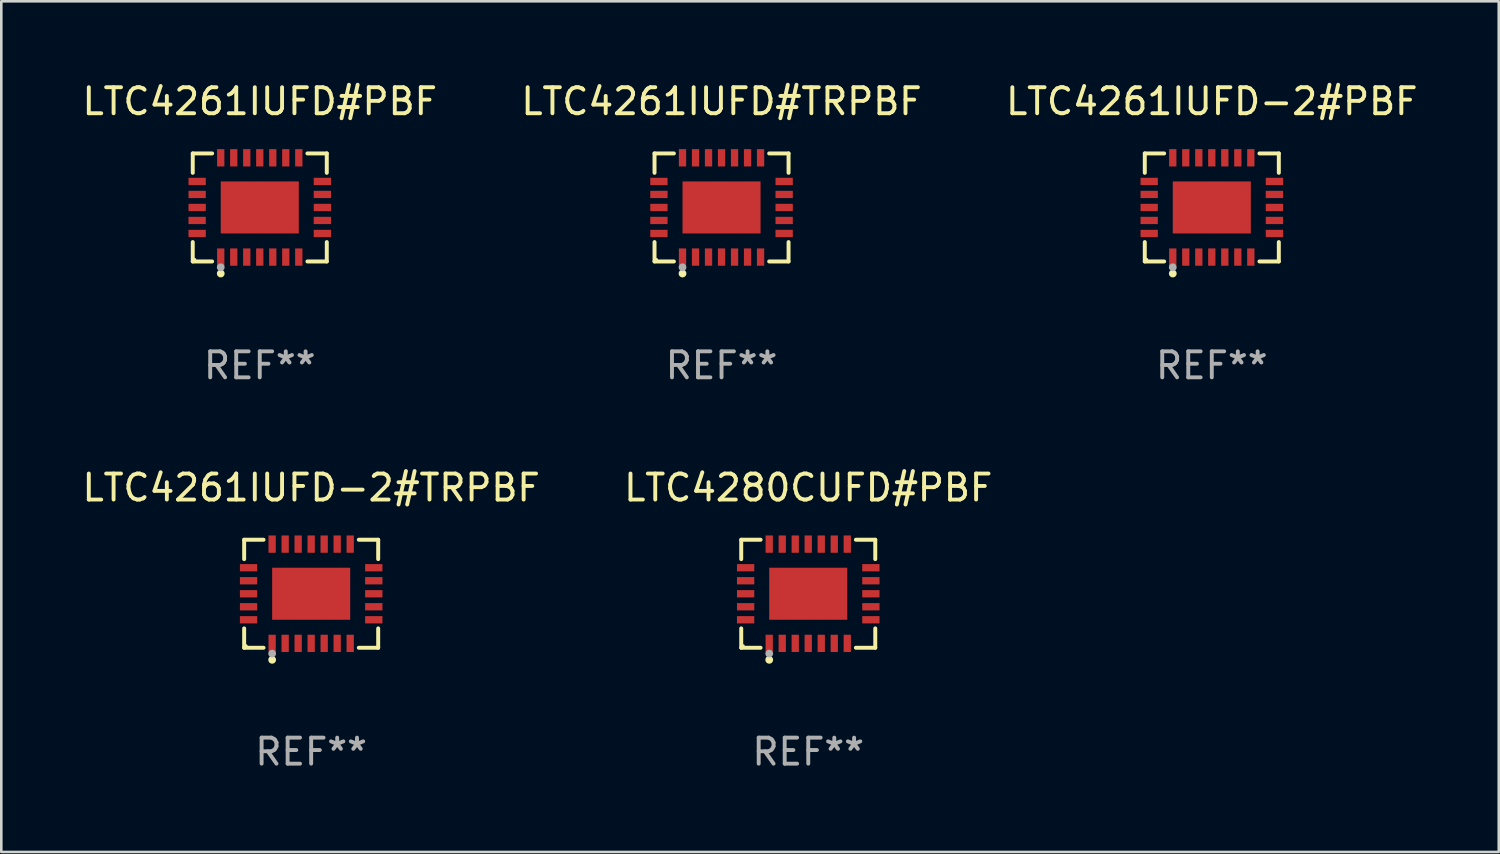
<source format=kicad_pcb>
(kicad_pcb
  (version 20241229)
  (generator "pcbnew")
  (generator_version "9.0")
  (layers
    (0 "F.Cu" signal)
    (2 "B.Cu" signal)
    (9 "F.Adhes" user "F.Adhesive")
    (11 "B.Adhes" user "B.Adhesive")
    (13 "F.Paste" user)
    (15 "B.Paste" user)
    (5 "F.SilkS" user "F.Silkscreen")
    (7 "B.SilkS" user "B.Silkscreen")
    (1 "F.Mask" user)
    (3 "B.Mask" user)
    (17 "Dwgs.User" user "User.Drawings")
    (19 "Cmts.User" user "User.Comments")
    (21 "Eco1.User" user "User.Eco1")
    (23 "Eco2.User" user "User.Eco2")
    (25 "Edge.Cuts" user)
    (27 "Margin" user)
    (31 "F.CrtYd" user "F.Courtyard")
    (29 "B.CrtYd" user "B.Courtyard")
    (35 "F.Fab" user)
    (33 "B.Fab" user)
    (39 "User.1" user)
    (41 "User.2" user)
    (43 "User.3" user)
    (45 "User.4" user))
  (footprint "LTC4261IUFD#TRPBF"
    (layer "F.Cu")
    (at 24.685 4.924)
    (property "Reference" "LTC4261IUFD#TRPBF" (at 0 -4.076 0) (layer "F.SilkS") (effects (font (size 1 1) (thickness 0.15))))
    (attr through_hole)
    (fp_line (start -2.576 -2.076) (end -1.831 -2.076) (stroke (width 0.152) (type solid)) (layer "F.SilkS"))
    (fp_line (start -2.576 -1.331) (end -2.576 -2.076) (stroke (width 0.152) (type solid)) (layer "F.SilkS"))
    (fp_line (start -2.576 1.331) (end -2.576 2.076) (stroke (width 0.152) (type solid)) (layer "F.SilkS"))
    (fp_line (start -2.576 2.076) (end -1.831 2.076) (stroke (width 0.152) (type solid)) (layer "F.SilkS"))
    (fp_line (start 2.576 -2.076) (end 1.831 -2.076) (stroke (width 0.152) (type solid)) (layer "F.SilkS"))
    (fp_line (start 2.576 -1.331) (end 2.576 -2.076) (stroke (width 0.152) (type solid)) (layer "F.SilkS"))
    (fp_line (start 2.576 1.331) (end 2.576 2.076) (stroke (width 0.152) (type solid)) (layer "F.SilkS"))
    (fp_line (start 2.576 2.076) (end 1.831 2.076) (stroke (width 0.152) (type solid)) (layer "F.SilkS"))
    (fp_circle (center -2.5 2) (end -2.47 2) (stroke (width 0.06) (type solid)) (fill no) (layer "F.SilkS"))
    (fp_circle (center -1.5 2.54) (end -1.425 2.54) (stroke (width 0.15) (type solid)) (fill no) (layer "F.SilkS"))
    (fp_circle (center -1.5 2.3) (end -1.425 2.3) (stroke (width 0.15) (type solid)) (fill no) (layer "F.Fab"))
    (fp_text user "REF**" (at 0 6.076 0) (layer "F.Fab") (effects (font (size 1 1) (thickness 0.15))))
    (pad "1" smd rect (at -1.5 1.908) (size 0.28 0.665) (layers "F.Cu" "F.Mask" "F.Paste"))
    (pad "2" smd rect (at -1 1.908) (size 0.28 0.665) (layers "F.Cu" "F.Mask" "F.Paste"))
    (pad "3" smd rect (at -0.5 1.908) (size 0.28 0.665) (layers "F.Cu" "F.Mask" "F.Paste"))
    (pad "4" smd rect (at 0 1.908) (size 0.28 0.665) (layers "F.Cu" "F.Mask" "F.Paste"))
    (pad "5" smd rect (at 0.5 1.908) (size 0.28 0.665) (layers "F.Cu" "F.Mask" "F.Paste"))
    (pad "6" smd rect (at 1 1.908) (size 0.28 0.665) (layers "F.Cu" "F.Mask" "F.Paste"))
    (pad "7" smd rect (at 1.5 1.908) (size 0.28 0.665) (layers "F.Cu" "F.Mask" "F.Paste"))
    (pad "8" smd rect (at 2.407 1) (size 0.665 0.28) (layers "F.Cu" "F.Mask" "F.Paste"))
    (pad "9" smd rect (at 2.407 0.5) (size 0.665 0.28) (layers "F.Cu" "F.Mask" "F.Paste"))
    (pad "10" smd rect (at 2.407 0) (size 0.665 0.28) (layers "F.Cu" "F.Mask" "F.Paste"))
    (pad "11" smd rect (at 2.407 -0.5) (size 0.665 0.28) (layers "F.Cu" "F.Mask" "F.Paste"))
    (pad "12" smd rect (at 2.407 -1) (size 0.665 0.28) (layers "F.Cu" "F.Mask" "F.Paste"))
    (pad "13" smd rect (at 1.5 -1.908) (size 0.28 0.665) (layers "F.Cu" "F.Mask" "F.Paste"))
    (pad "14" smd rect (at 1 -1.908) (size 0.28 0.665) (layers "F.Cu" "F.Mask" "F.Paste"))
    (pad "15" smd rect (at 0.5 -1.908) (size 0.28 0.665) (layers "F.Cu" "F.Mask" "F.Paste"))
    (pad "16" smd rect (at 0 -1.908) (size 0.28 0.665) (layers "F.Cu" "F.Mask" "F.Paste"))
    (pad "17" smd rect (at -0.5 -1.908) (size 0.28 0.665) (layers "F.Cu" "F.Mask" "F.Paste"))
    (pad "18" smd rect (at -1 -1.908) (size 0.28 0.665) (layers "F.Cu" "F.Mask" "F.Paste"))
    (pad "19" smd rect (at -1.5 -1.908) (size 0.28 0.665) (layers "F.Cu" "F.Mask" "F.Paste"))
    (pad "20" smd rect (at -2.407 -1) (size 0.665 0.28) (layers "F.Cu" "F.Mask" "F.Paste"))
    (pad "21" smd rect (at -2.407 -0.5) (size 0.665 0.28) (layers "F.Cu" "F.Mask" "F.Paste"))
    (pad "22" smd rect (at -2.407 0) (size 0.665 0.28) (layers "F.Cu" "F.Mask" "F.Paste"))
    (pad "23" smd rect (at -2.407 0.5) (size 0.665 0.28) (layers "F.Cu" "F.Mask" "F.Paste"))
    (pad "24" smd rect (at -2.407 1) (size 0.665 0.28) (layers "F.Cu" "F.Mask" "F.Paste"))
    (pad "25" smd rect (at 0 0) (size 3 2) (layers "F.Cu" "F.Mask" "F.Paste")))
  (footprint "LTC4261IUFD-2#TRPBF"
    (layer "F.Cu")
    (at 8.911 19.773)
    (property "Reference" "LTC4261IUFD-2#TRPBF" (at 0 -4.076 0) (layer "F.SilkS") (effects (font (size 1 1) (thickness 0.15))))
    (attr through_hole)
    (fp_line (start -2.576 -2.076) (end -1.831 -2.076) (stroke (width 0.152) (type solid)) (layer "F.SilkS"))
    (fp_line (start -2.576 -1.331) (end -2.576 -2.076) (stroke (width 0.152) (type solid)) (layer "F.SilkS"))
    (fp_line (start -2.576 1.331) (end -2.576 2.076) (stroke (width 0.152) (type solid)) (layer "F.SilkS"))
    (fp_line (start -2.576 2.076) (end -1.831 2.076) (stroke (width 0.152) (type solid)) (layer "F.SilkS"))
    (fp_line (start 2.576 -2.076) (end 1.831 -2.076) (stroke (width 0.152) (type solid)) (layer "F.SilkS"))
    (fp_line (start 2.576 -1.331) (end 2.576 -2.076) (stroke (width 0.152) (type solid)) (layer "F.SilkS"))
    (fp_line (start 2.576 1.331) (end 2.576 2.076) (stroke (width 0.152) (type solid)) (layer "F.SilkS"))
    (fp_line (start 2.576 2.076) (end 1.831 2.076) (stroke (width 0.152) (type solid)) (layer "F.SilkS"))
    (fp_circle (center -2.5 2) (end -2.47 2) (stroke (width 0.06) (type solid)) (fill no) (layer "F.SilkS"))
    (fp_circle (center -1.5 2.54) (end -1.425 2.54) (stroke (width 0.15) (type solid)) (fill no) (layer "F.SilkS"))
    (fp_circle (center -1.5 2.3) (end -1.425 2.3) (stroke (width 0.15) (type solid)) (fill no) (layer "F.Fab"))
    (fp_text user "REF**" (at 0 6.076 0) (layer "F.Fab") (effects (font (size 1 1) (thickness 0.15))))
    (pad "1" smd rect (at -1.5 1.908) (size 0.28 0.665) (layers "F.Cu" "F.Mask" "F.Paste"))
    (pad "2" smd rect (at -1 1.908) (size 0.28 0.665) (layers "F.Cu" "F.Mask" "F.Paste"))
    (pad "3" smd rect (at -0.5 1.908) (size 0.28 0.665) (layers "F.Cu" "F.Mask" "F.Paste"))
    (pad "4" smd rect (at 0 1.908) (size 0.28 0.665) (layers "F.Cu" "F.Mask" "F.Paste"))
    (pad "5" smd rect (at 0.5 1.908) (size 0.28 0.665) (layers "F.Cu" "F.Mask" "F.Paste"))
    (pad "6" smd rect (at 1 1.908) (size 0.28 0.665) (layers "F.Cu" "F.Mask" "F.Paste"))
    (pad "7" smd rect (at 1.5 1.908) (size 0.28 0.665) (layers "F.Cu" "F.Mask" "F.Paste"))
    (pad "8" smd rect (at 2.407 1) (size 0.665 0.28) (layers "F.Cu" "F.Mask" "F.Paste"))
    (pad "9" smd rect (at 2.407 0.5) (size 0.665 0.28) (layers "F.Cu" "F.Mask" "F.Paste"))
    (pad "10" smd rect (at 2.407 0) (size 0.665 0.28) (layers "F.Cu" "F.Mask" "F.Paste"))
    (pad "11" smd rect (at 2.407 -0.5) (size 0.665 0.28) (layers "F.Cu" "F.Mask" "F.Paste"))
    (pad "12" smd rect (at 2.407 -1) (size 0.665 0.28) (layers "F.Cu" "F.Mask" "F.Paste"))
    (pad "13" smd rect (at 1.5 -1.908) (size 0.28 0.665) (layers "F.Cu" "F.Mask" "F.Paste"))
    (pad "14" smd rect (at 1 -1.908) (size 0.28 0.665) (layers "F.Cu" "F.Mask" "F.Paste"))
    (pad "15" smd rect (at 0.5 -1.908) (size 0.28 0.665) (layers "F.Cu" "F.Mask" "F.Paste"))
    (pad "16" smd rect (at 0 -1.908) (size 0.28 0.665) (layers "F.Cu" "F.Mask" "F.Paste"))
    (pad "17" smd rect (at -0.5 -1.908) (size 0.28 0.665) (layers "F.Cu" "F.Mask" "F.Paste"))
    (pad "18" smd rect (at -1 -1.908) (size 0.28 0.665) (layers "F.Cu" "F.Mask" "F.Paste"))
    (pad "19" smd rect (at -1.5 -1.908) (size 0.28 0.665) (layers "F.Cu" "F.Mask" "F.Paste"))
    (pad "20" smd rect (at -2.407 -1) (size 0.665 0.28) (layers "F.Cu" "F.Mask" "F.Paste"))
    (pad "21" smd rect (at -2.407 -0.5) (size 0.665 0.28) (layers "F.Cu" "F.Mask" "F.Paste"))
    (pad "22" smd rect (at -2.407 0) (size 0.665 0.28) (layers "F.Cu" "F.Mask" "F.Paste"))
    (pad "23" smd rect (at -2.407 0.5) (size 0.665 0.28) (layers "F.Cu" "F.Mask" "F.Paste"))
    (pad "24" smd rect (at -2.407 1) (size 0.665 0.28) (layers "F.Cu" "F.Mask" "F.Paste"))
    (pad "25" smd rect (at 0 0) (size 3 2) (layers "F.Cu" "F.Mask" "F.Paste")))
  (footprint "LTC4261IUFD-2#PBF"
    (layer "F.Cu")
    (at 43.53 4.924)
    (property "Reference" "LTC4261IUFD-2#PBF" (at 0 -4.076 0) (layer "F.SilkS") (effects (font (size 1 1) (thickness 0.15))))
    (attr through_hole)
    (fp_line (start -2.576 -2.076) (end -1.831 -2.076) (stroke (width 0.152) (type solid)) (layer "F.SilkS"))
    (fp_line (start -2.576 -1.331) (end -2.576 -2.076) (stroke (width 0.152) (type solid)) (layer "F.SilkS"))
    (fp_line (start -2.576 1.331) (end -2.576 2.076) (stroke (width 0.152) (type solid)) (layer "F.SilkS"))
    (fp_line (start -2.576 2.076) (end -1.831 2.076) (stroke (width 0.152) (type solid)) (layer "F.SilkS"))
    (fp_line (start 2.576 -2.076) (end 1.831 -2.076) (stroke (width 0.152) (type solid)) (layer "F.SilkS"))
    (fp_line (start 2.576 -1.331) (end 2.576 -2.076) (stroke (width 0.152) (type solid)) (layer "F.SilkS"))
    (fp_line (start 2.576 1.331) (end 2.576 2.076) (stroke (width 0.152) (type solid)) (layer "F.SilkS"))
    (fp_line (start 2.576 2.076) (end 1.831 2.076) (stroke (width 0.152) (type solid)) (layer "F.SilkS"))
    (fp_circle (center -2.5 2) (end -2.47 2) (stroke (width 0.06) (type solid)) (fill no) (layer "F.SilkS"))
    (fp_circle (center -1.5 2.54) (end -1.425 2.54) (stroke (width 0.15) (type solid)) (fill no) (layer "F.SilkS"))
    (fp_circle (center -1.5 2.3) (end -1.425 2.3) (stroke (width 0.15) (type solid)) (fill no) (layer "F.Fab"))
    (fp_text user "REF**" (at 0 6.076 0) (layer "F.Fab") (effects (font (size 1 1) (thickness 0.15))))
    (pad "1" smd rect (at -1.5 1.908) (size 0.28 0.665) (layers "F.Cu" "F.Mask" "F.Paste"))
    (pad "2" smd rect (at -1 1.908) (size 0.28 0.665) (layers "F.Cu" "F.Mask" "F.Paste"))
    (pad "3" smd rect (at -0.5 1.908) (size 0.28 0.665) (layers "F.Cu" "F.Mask" "F.Paste"))
    (pad "4" smd rect (at 0 1.908) (size 0.28 0.665) (layers "F.Cu" "F.Mask" "F.Paste"))
    (pad "5" smd rect (at 0.5 1.908) (size 0.28 0.665) (layers "F.Cu" "F.Mask" "F.Paste"))
    (pad "6" smd rect (at 1 1.908) (size 0.28 0.665) (layers "F.Cu" "F.Mask" "F.Paste"))
    (pad "7" smd rect (at 1.5 1.908) (size 0.28 0.665) (layers "F.Cu" "F.Mask" "F.Paste"))
    (pad "8" smd rect (at 2.407 1) (size 0.665 0.28) (layers "F.Cu" "F.Mask" "F.Paste"))
    (pad "9" smd rect (at 2.407 0.5) (size 0.665 0.28) (layers "F.Cu" "F.Mask" "F.Paste"))
    (pad "10" smd rect (at 2.407 0) (size 0.665 0.28) (layers "F.Cu" "F.Mask" "F.Paste"))
    (pad "11" smd rect (at 2.407 -0.5) (size 0.665 0.28) (layers "F.Cu" "F.Mask" "F.Paste"))
    (pad "12" smd rect (at 2.407 -1) (size 0.665 0.28) (layers "F.Cu" "F.Mask" "F.Paste"))
    (pad "13" smd rect (at 1.5 -1.908) (size 0.28 0.665) (layers "F.Cu" "F.Mask" "F.Paste"))
    (pad "14" smd rect (at 1 -1.908) (size 0.28 0.665) (layers "F.Cu" "F.Mask" "F.Paste"))
    (pad "15" smd rect (at 0.5 -1.908) (size 0.28 0.665) (layers "F.Cu" "F.Mask" "F.Paste"))
    (pad "16" smd rect (at 0 -1.908) (size 0.28 0.665) (layers "F.Cu" "F.Mask" "F.Paste"))
    (pad "17" smd rect (at -0.5 -1.908) (size 0.28 0.665) (layers "F.Cu" "F.Mask" "F.Paste"))
    (pad "18" smd rect (at -1 -1.908) (size 0.28 0.665) (layers "F.Cu" "F.Mask" "F.Paste"))
    (pad "19" smd rect (at -1.5 -1.908) (size 0.28 0.665) (layers "F.Cu" "F.Mask" "F.Paste"))
    (pad "20" smd rect (at -2.407 -1) (size 0.665 0.28) (layers "F.Cu" "F.Mask" "F.Paste"))
    (pad "21" smd rect (at -2.407 -0.5) (size 0.665 0.28) (layers "F.Cu" "F.Mask" "F.Paste"))
    (pad "22" smd rect (at -2.407 0) (size 0.665 0.28) (layers "F.Cu" "F.Mask" "F.Paste"))
    (pad "23" smd rect (at -2.407 0.5) (size 0.665 0.28) (layers "F.Cu" "F.Mask" "F.Paste"))
    (pad "24" smd rect (at -2.407 1) (size 0.665 0.28) (layers "F.Cu" "F.Mask" "F.Paste"))
    (pad "25" smd rect (at 0 0) (size 3 2) (layers "F.Cu" "F.Mask" "F.Paste")))
  (footprint "LTC4280CUFD#PBF"
    (layer "F.Cu")
    (at 28.018 19.773)
    (property "Reference" "LTC4280CUFD#PBF" (at 0 -4.076 0) (layer "F.SilkS") (effects (font (size 1 1) (thickness 0.15))))
    (attr through_hole)
    (fp_line (start -2.576 -2.076) (end -1.831 -2.076) (stroke (width 0.152) (type solid)) (layer "F.SilkS"))
    (fp_line (start -2.576 -1.331) (end -2.576 -2.076) (stroke (width 0.152) (type solid)) (layer "F.SilkS"))
    (fp_line (start -2.576 1.331) (end -2.576 2.076) (stroke (width 0.152) (type solid)) (layer "F.SilkS"))
    (fp_line (start -2.576 2.076) (end -1.831 2.076) (stroke (width 0.152) (type solid)) (layer "F.SilkS"))
    (fp_line (start 2.576 -2.076) (end 1.831 -2.076) (stroke (width 0.152) (type solid)) (layer "F.SilkS"))
    (fp_line (start 2.576 -1.331) (end 2.576 -2.076) (stroke (width 0.152) (type solid)) (layer "F.SilkS"))
    (fp_line (start 2.576 1.331) (end 2.576 2.076) (stroke (width 0.152) (type solid)) (layer "F.SilkS"))
    (fp_line (start 2.576 2.076) (end 1.831 2.076) (stroke (width 0.152) (type solid)) (layer "F.SilkS"))
    (fp_circle (center -2.5 2) (end -2.47 2) (stroke (width 0.06) (type solid)) (fill no) (layer "F.SilkS"))
    (fp_circle (center -1.5 2.54) (end -1.425 2.54) (stroke (width 0.15) (type solid)) (fill no) (layer "F.SilkS"))
    (fp_circle (center -1.5 2.3) (end -1.425 2.3) (stroke (width 0.15) (type solid)) (fill no) (layer "F.Fab"))
    (fp_text user "REF**" (at 0 6.076 0) (layer "F.Fab") (effects (font (size 1 1) (thickness 0.15))))
    (pad "1" smd rect (at -1.5 1.908) (size 0.28 0.665) (layers "F.Cu" "F.Mask" "F.Paste"))
    (pad "2" smd rect (at -1 1.908) (size 0.28 0.665) (layers "F.Cu" "F.Mask" "F.Paste"))
    (pad "3" smd rect (at -0.5 1.908) (size 0.28 0.665) (layers "F.Cu" "F.Mask" "F.Paste"))
    (pad "4" smd rect (at 0 1.908) (size 0.28 0.665) (layers "F.Cu" "F.Mask" "F.Paste"))
    (pad "5" smd rect (at 0.5 1.908) (size 0.28 0.665) (layers "F.Cu" "F.Mask" "F.Paste"))
    (pad "6" smd rect (at 1 1.908) (size 0.28 0.665) (layers "F.Cu" "F.Mask" "F.Paste"))
    (pad "7" smd rect (at 1.5 1.908) (size 0.28 0.665) (layers "F.Cu" "F.Mask" "F.Paste"))
    (pad "8" smd rect (at 2.407 1) (size 0.665 0.28) (layers "F.Cu" "F.Mask" "F.Paste"))
    (pad "9" smd rect (at 2.407 0.5) (size 0.665 0.28) (layers "F.Cu" "F.Mask" "F.Paste"))
    (pad "10" smd rect (at 2.407 0) (size 0.665 0.28) (layers "F.Cu" "F.Mask" "F.Paste"))
    (pad "11" smd rect (at 2.407 -0.5) (size 0.665 0.28) (layers "F.Cu" "F.Mask" "F.Paste"))
    (pad "12" smd rect (at 2.407 -1) (size 0.665 0.28) (layers "F.Cu" "F.Mask" "F.Paste"))
    (pad "13" smd rect (at 1.5 -1.908) (size 0.28 0.665) (layers "F.Cu" "F.Mask" "F.Paste"))
    (pad "14" smd rect (at 1 -1.908) (size 0.28 0.665) (layers "F.Cu" "F.Mask" "F.Paste"))
    (pad "15" smd rect (at 0.5 -1.908) (size 0.28 0.665) (layers "F.Cu" "F.Mask" "F.Paste"))
    (pad "16" smd rect (at 0 -1.908) (size 0.28 0.665) (layers "F.Cu" "F.Mask" "F.Paste"))
    (pad "17" smd rect (at -0.5 -1.908) (size 0.28 0.665) (layers "F.Cu" "F.Mask" "F.Paste"))
    (pad "18" smd rect (at -1 -1.908) (size 0.28 0.665) (layers "F.Cu" "F.Mask" "F.Paste"))
    (pad "19" smd rect (at -1.5 -1.908) (size 0.28 0.665) (layers "F.Cu" "F.Mask" "F.Paste"))
    (pad "20" smd rect (at -2.407 -1) (size 0.665 0.28) (layers "F.Cu" "F.Mask" "F.Paste"))
    (pad "21" smd rect (at -2.407 -0.5) (size 0.665 0.28) (layers "F.Cu" "F.Mask" "F.Paste"))
    (pad "22" smd rect (at -2.407 0) (size 0.665 0.28) (layers "F.Cu" "F.Mask" "F.Paste"))
    (pad "23" smd rect (at -2.407 0.5) (size 0.665 0.28) (layers "F.Cu" "F.Mask" "F.Paste"))
    (pad "24" smd rect (at -2.407 1) (size 0.665 0.28) (layers "F.Cu" "F.Mask" "F.Paste"))
    (pad "25" smd rect (at 0 0) (size 3 2) (layers "F.Cu" "F.Mask" "F.Paste")))
  (footprint "LTC4261IUFD#PBF"
    (layer "F.Cu")
    (at 6.935 4.924)
    (property "Reference" "LTC4261IUFD#PBF" (at 0 -4.076 0) (layer "F.SilkS") (effects (font (size 1 1) (thickness 0.15))))
    (attr through_hole)
    (fp_line (start -2.576 -2.076) (end -1.831 -2.076) (stroke (width 0.152) (type solid)) (layer "F.SilkS"))
    (fp_line (start -2.576 -1.331) (end -2.576 -2.076) (stroke (width 0.152) (type solid)) (layer "F.SilkS"))
    (fp_line (start -2.576 1.331) (end -2.576 2.076) (stroke (width 0.152) (type solid)) (layer "F.SilkS"))
    (fp_line (start -2.576 2.076) (end -1.831 2.076) (stroke (width 0.152) (type solid)) (layer "F.SilkS"))
    (fp_line (start 2.576 -2.076) (end 1.831 -2.076) (stroke (width 0.152) (type solid)) (layer "F.SilkS"))
    (fp_line (start 2.576 -1.331) (end 2.576 -2.076) (stroke (width 0.152) (type solid)) (layer "F.SilkS"))
    (fp_line (start 2.576 1.331) (end 2.576 2.076) (stroke (width 0.152) (type solid)) (layer "F.SilkS"))
    (fp_line (start 2.576 2.076) (end 1.831 2.076) (stroke (width 0.152) (type solid)) (layer "F.SilkS"))
    (fp_circle (center -2.5 2) (end -2.47 2) (stroke (width 0.06) (type solid)) (fill no) (layer "F.SilkS"))
    (fp_circle (center -1.5 2.54) (end -1.425 2.54) (stroke (width 0.15) (type solid)) (fill no) (layer "F.SilkS"))
    (fp_circle (center -1.5 2.3) (end -1.425 2.3) (stroke (width 0.15) (type solid)) (fill no) (layer "F.Fab"))
    (fp_text user "REF**" (at 0 6.076 0) (layer "F.Fab") (effects (font (size 1 1) (thickness 0.15))))
    (pad "1" smd rect (at -1.5 1.908) (size 0.28 0.665) (layers "F.Cu" "F.Mask" "F.Paste"))
    (pad "2" smd rect (at -1 1.908) (size 0.28 0.665) (layers "F.Cu" "F.Mask" "F.Paste"))
    (pad "3" smd rect (at -0.5 1.908) (size 0.28 0.665) (layers "F.Cu" "F.Mask" "F.Paste"))
    (pad "4" smd rect (at 0 1.908) (size 0.28 0.665) (layers "F.Cu" "F.Mask" "F.Paste"))
    (pad "5" smd rect (at 0.5 1.908) (size 0.28 0.665) (layers "F.Cu" "F.Mask" "F.Paste"))
    (pad "6" smd rect (at 1 1.908) (size 0.28 0.665) (layers "F.Cu" "F.Mask" "F.Paste"))
    (pad "7" smd rect (at 1.5 1.908) (size 0.28 0.665) (layers "F.Cu" "F.Mask" "F.Paste"))
    (pad "8" smd rect (at 2.407 1) (size 0.665 0.28) (layers "F.Cu" "F.Mask" "F.Paste"))
    (pad "9" smd rect (at 2.407 0.5) (size 0.665 0.28) (layers "F.Cu" "F.Mask" "F.Paste"))
    (pad "10" smd rect (at 2.407 0) (size 0.665 0.28) (layers "F.Cu" "F.Mask" "F.Paste"))
    (pad "11" smd rect (at 2.407 -0.5) (size 0.665 0.28) (layers "F.Cu" "F.Mask" "F.Paste"))
    (pad "12" smd rect (at 2.407 -1) (size 0.665 0.28) (layers "F.Cu" "F.Mask" "F.Paste"))
    (pad "13" smd rect (at 1.5 -1.908) (size 0.28 0.665) (layers "F.Cu" "F.Mask" "F.Paste"))
    (pad "14" smd rect (at 1 -1.908) (size 0.28 0.665) (layers "F.Cu" "F.Mask" "F.Paste"))
    (pad "15" smd rect (at 0.5 -1.908) (size 0.28 0.665) (layers "F.Cu" "F.Mask" "F.Paste"))
    (pad "16" smd rect (at 0 -1.908) (size 0.28 0.665) (layers "F.Cu" "F.Mask" "F.Paste"))
    (pad "17" smd rect (at -0.5 -1.908) (size 0.28 0.665) (layers "F.Cu" "F.Mask" "F.Paste"))
    (pad "18" smd rect (at -1 -1.908) (size 0.28 0.665) (layers "F.Cu" "F.Mask" "F.Paste"))
    (pad "19" smd rect (at -1.5 -1.908) (size 0.28 0.665) (layers "F.Cu" "F.Mask" "F.Paste"))
    (pad "20" smd rect (at -2.407 -1) (size 0.665 0.28) (layers "F.Cu" "F.Mask" "F.Paste"))
    (pad "21" smd rect (at -2.407 -0.5) (size 0.665 0.28) (layers "F.Cu" "F.Mask" "F.Paste"))
    (pad "22" smd rect (at -2.407 0) (size 0.665 0.28) (layers "F.Cu" "F.Mask" "F.Paste"))
    (pad "23" smd rect (at -2.407 0.5) (size 0.665 0.28) (layers "F.Cu" "F.Mask" "F.Paste"))
    (pad "24" smd rect (at -2.407 1) (size 0.665 0.28) (layers "F.Cu" "F.Mask" "F.Paste"))
    (pad "25" smd rect (at 0 0) (size 3 2) (layers "F.Cu" "F.Mask" "F.Paste")))
  (gr_rect
    (start -3 -3)
    (end 54.56 29.698)
    (stroke (width 0.1) (type default))
    (fill no)
    (layer "Edge.Cuts")))
</source>
